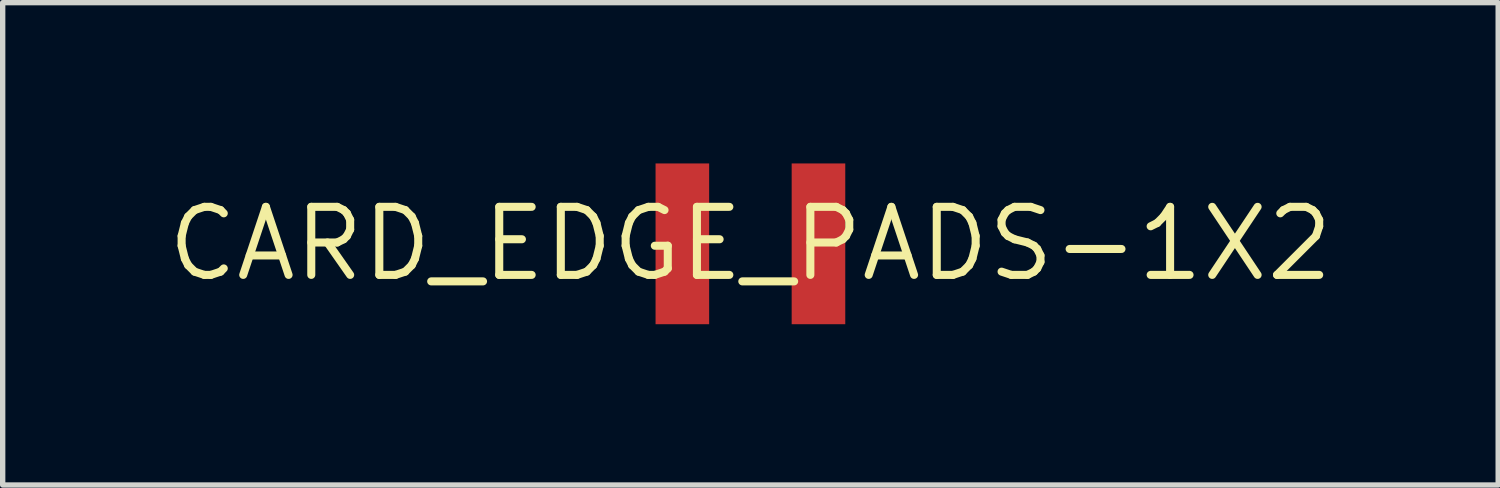
<source format=kicad_pcb>
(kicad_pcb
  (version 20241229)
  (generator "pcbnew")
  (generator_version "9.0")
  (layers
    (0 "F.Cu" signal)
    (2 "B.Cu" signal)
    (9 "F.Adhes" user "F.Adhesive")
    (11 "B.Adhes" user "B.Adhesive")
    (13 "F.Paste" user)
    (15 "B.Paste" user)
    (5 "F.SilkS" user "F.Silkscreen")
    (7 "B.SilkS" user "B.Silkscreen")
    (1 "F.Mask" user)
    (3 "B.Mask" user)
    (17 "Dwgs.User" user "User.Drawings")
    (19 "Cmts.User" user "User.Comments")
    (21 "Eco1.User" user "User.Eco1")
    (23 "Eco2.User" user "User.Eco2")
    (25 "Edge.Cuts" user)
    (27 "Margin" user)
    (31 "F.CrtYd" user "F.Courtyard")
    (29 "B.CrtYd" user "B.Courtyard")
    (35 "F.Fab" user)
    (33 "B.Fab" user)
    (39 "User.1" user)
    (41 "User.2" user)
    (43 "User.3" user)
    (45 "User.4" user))
  (footprint "CARD_EDGE_PADS-1X2"
    (layer "F.Cu")
    (at 10.953 1.5)
    (property "Reference" "CARD_EDGE_PADS-1X2" (at 0 0 0) (layer "F.SilkS") (effects (font (size 1.27 1.27) (thickness 0.15))))
    (pad "P$1" smd rect (at -1.27 0 270) (size 3 1) (layers "F.Cu" "F.Mask" "F.Paste"))
    (pad "P$2" smd rect (at 1.27 0 270) (size 3 1) (layers "F.Cu" "F.Mask" "F.Paste")))
  (gr_rect
    (start -3 -3)
    (end 24.907 6)
    (stroke (width 0.1) (type default))
    (fill no)
    (layer "Edge.Cuts")))
</source>
